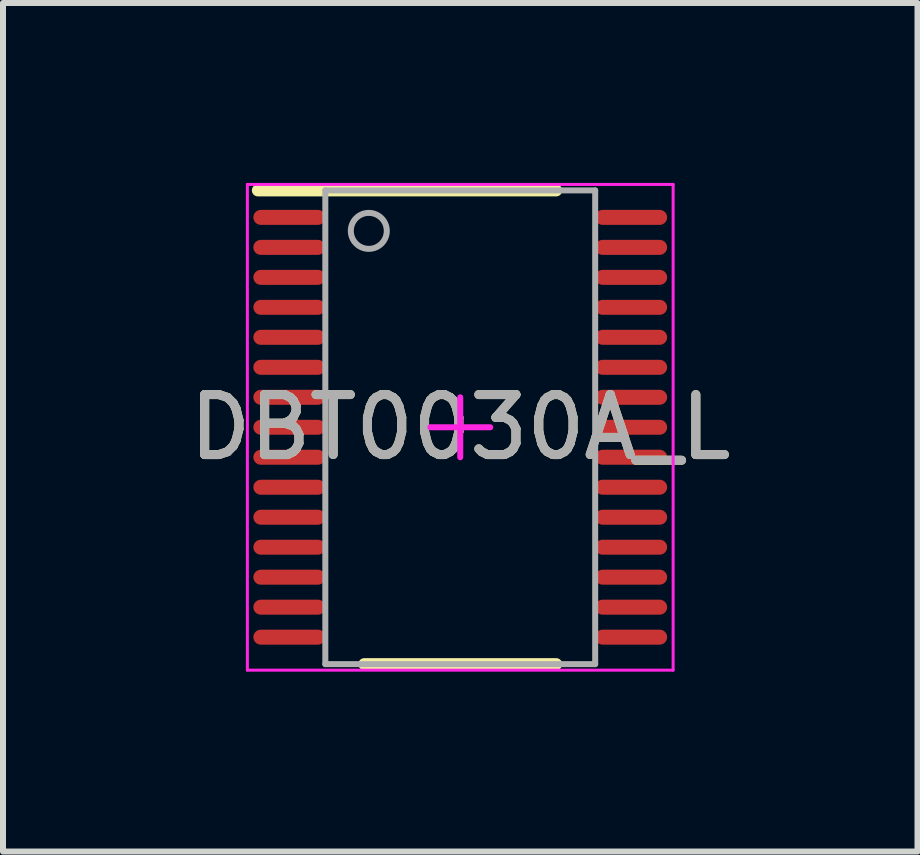
<source format=kicad_pcb>
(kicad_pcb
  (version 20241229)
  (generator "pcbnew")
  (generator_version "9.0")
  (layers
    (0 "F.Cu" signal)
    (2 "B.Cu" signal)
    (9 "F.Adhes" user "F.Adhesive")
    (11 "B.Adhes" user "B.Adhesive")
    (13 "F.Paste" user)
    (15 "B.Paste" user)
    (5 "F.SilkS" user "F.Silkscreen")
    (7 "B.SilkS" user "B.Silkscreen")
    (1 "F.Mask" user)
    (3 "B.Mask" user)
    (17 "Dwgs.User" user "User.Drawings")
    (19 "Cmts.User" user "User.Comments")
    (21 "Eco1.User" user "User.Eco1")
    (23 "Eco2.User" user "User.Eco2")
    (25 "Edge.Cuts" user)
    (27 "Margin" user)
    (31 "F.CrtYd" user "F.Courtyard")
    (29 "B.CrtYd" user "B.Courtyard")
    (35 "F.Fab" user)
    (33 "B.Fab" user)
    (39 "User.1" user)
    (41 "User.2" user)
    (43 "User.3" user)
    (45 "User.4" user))
  (footprint "DBT0030A_L"
    (layer "F.Cu")
    (at 4.625 4.075)
    (property "Reference" "DBT0030A_L" (at 0 0 0) (unlocked yes) (layer "F.SilkS") (effects (font (size 1 1) (thickness 0.15))))
    (attr smd)
    (fp_line (start -3.375 -3.95) (end 1.6 -3.95) (stroke (width 0.2) (type solid)) (layer "F.SilkS"))
    (fp_line (start -1.6 3.95) (end 1.6 3.95) (stroke (width 0.2) (type solid)) (layer "F.SilkS"))
    (fp_line (start -3.55 -4.05) (end 3.55 -4.05) (stroke (width 0.05) (type solid)) (layer "F.CrtYd"))
    (fp_line (start -3.55 4.05) (end -3.55 -4.05) (stroke (width 0.05) (type solid)) (layer "F.CrtYd"))
    (fp_line (start -3.55 4.05) (end 3.55 4.05) (stroke (width 0.05) (type solid)) (layer "F.CrtYd"))
    (fp_line (start -0.5 0.000003) (end 0.5 0.000003) (stroke (width 0.1) (type solid)) (layer "F.CrtYd"))
    (fp_line (start 0 0.5) (end 0 -0.5) (stroke (width 0.1) (type solid)) (layer "F.CrtYd"))
    (fp_line (start 3.55 4.05) (end 3.55 -4.05) (stroke (width 0.05) (type solid)) (layer "F.CrtYd"))
    (fp_line (start -2.25 -3.95) (end 2.25 -3.95) (stroke (width 0.1) (type solid)) (layer "F.Fab"))
    (fp_line (start -2.25 3.95) (end -2.25 -3.95) (stroke (width 0.1) (type solid)) (layer "F.Fab"))
    (fp_line (start -2.25 3.95) (end 2.25 3.95) (stroke (width 0.1) (type solid)) (layer "F.Fab"))
    (fp_line (start 2.25 3.95) (end 2.25 -3.95) (stroke (width 0.1) (type solid)) (layer "F.Fab"))
    (fp_circle (center -1.525 -3.275) (end -1.225 -3.275) (stroke (width 0.1) (type solid)) (fill no) (layer "F.Fab"))
    (fp_text user "${REFERENCE}" (at 0 0 0) (unlocked yes) (layer "F.Fab") (effects (font (size 1 1) (thickness 0.15))))
    (pad "1" smd oval (at -2.85 -3.5 90) (size 0.25 1.2) (layers "F.Cu" "F.Mask" "F.Paste"))
    (pad "2" smd oval (at -2.85 -3 90) (size 0.25 1.2) (layers "F.Cu" "F.Mask" "F.Paste"))
    (pad "3" smd oval (at -2.85 -2.5 90) (size 0.25 1.2) (layers "F.Cu" "F.Mask" "F.Paste"))
    (pad "4" smd oval (at -2.85 -2 90) (size 0.25 1.2) (layers "F.Cu" "F.Mask" "F.Paste"))
    (pad "5" smd oval (at -2.85 -1.5 90) (size 0.25 1.2) (layers "F.Cu" "F.Mask" "F.Paste"))
    (pad "6" smd oval (at -2.85 -1 90) (size 0.25 1.2) (layers "F.Cu" "F.Mask" "F.Paste"))
    (pad "7" smd oval (at -2.85 -0.5 90) (size 0.25 1.2) (layers "F.Cu" "F.Mask" "F.Paste"))
    (pad "8" smd oval (at -2.85 0 90) (size 0.25 1.2) (layers "F.Cu" "F.Mask" "F.Paste"))
    (pad "9" smd oval (at -2.85 0.5 90) (size 0.25 1.2) (layers "F.Cu" "F.Mask" "F.Paste"))
    (pad "10" smd oval (at -2.85 1 90) (size 0.25 1.2) (layers "F.Cu" "F.Mask" "F.Paste"))
    (pad "11" smd oval (at -2.85 1.5 90) (size 0.25 1.2) (layers "F.Cu" "F.Mask" "F.Paste"))
    (pad "12" smd oval (at -2.85 2 90) (size 0.25 1.2) (layers "F.Cu" "F.Mask" "F.Paste"))
    (pad "13" smd oval (at -2.85 2.5 90) (size 0.25 1.2) (layers "F.Cu" "F.Mask" "F.Paste"))
    (pad "14" smd oval (at -2.85 3 90) (size 0.25 1.2) (layers "F.Cu" "F.Mask" "F.Paste"))
    (pad "15" smd oval (at -2.85 3.5 90) (size 0.25 1.2) (layers "F.Cu" "F.Mask" "F.Paste"))
    (pad "16" smd oval (at 2.85 3.5 90) (size 0.25 1.2) (layers "F.Cu" "F.Mask" "F.Paste"))
    (pad "17" smd oval (at 2.85 3 90) (size 0.25 1.2) (layers "F.Cu" "F.Mask" "F.Paste"))
    (pad "18" smd oval (at 2.85 2.5 90) (size 0.25 1.2) (layers "F.Cu" "F.Mask" "F.Paste"))
    (pad "19" smd oval (at 2.85 2 90) (size 0.25 1.2) (layers "F.Cu" "F.Mask" "F.Paste"))
    (pad "20" smd oval (at 2.85 1.5 90) (size 0.25 1.2) (layers "F.Cu" "F.Mask" "F.Paste"))
    (pad "21" smd oval (at 2.85 1 90) (size 0.25 1.2) (layers "F.Cu" "F.Mask" "F.Paste"))
    (pad "22" smd oval (at 2.85 0.5 90) (size 0.25 1.2) (layers "F.Cu" "F.Mask" "F.Paste"))
    (pad "23" smd oval (at 2.85 0 90) (size 0.25 1.2) (layers "F.Cu" "F.Mask" "F.Paste"))
    (pad "24" smd oval (at 2.85 -0.5 90) (size 0.25 1.2) (layers "F.Cu" "F.Mask" "F.Paste"))
    (pad "25" smd oval (at 2.85 -1 90) (size 0.25 1.2) (layers "F.Cu" "F.Mask" "F.Paste"))
    (pad "26" smd oval (at 2.85 -1.5 90) (size 0.25 1.2) (layers "F.Cu" "F.Mask" "F.Paste"))
    (pad "27" smd oval (at 2.85 -2 90) (size 0.25 1.2) (layers "F.Cu" "F.Mask" "F.Paste"))
    (pad "28" smd oval (at 2.85 -2.5 90) (size 0.25 1.2) (layers "F.Cu" "F.Mask" "F.Paste"))
    (pad "29" smd oval (at 2.85 -3 90) (size 0.25 1.2) (layers "F.Cu" "F.Mask" "F.Paste"))
    (pad "30" smd oval (at 2.85 -3.5 90) (size 0.25 1.2) (layers "F.Cu" "F.Mask" "F.Paste")))
  (gr_rect
    (start -3 -3)
    (end 12.25 11.15)
    (stroke (width 0.1) (type default))
    (fill no)
    (layer "Edge.Cuts")))
</source>
